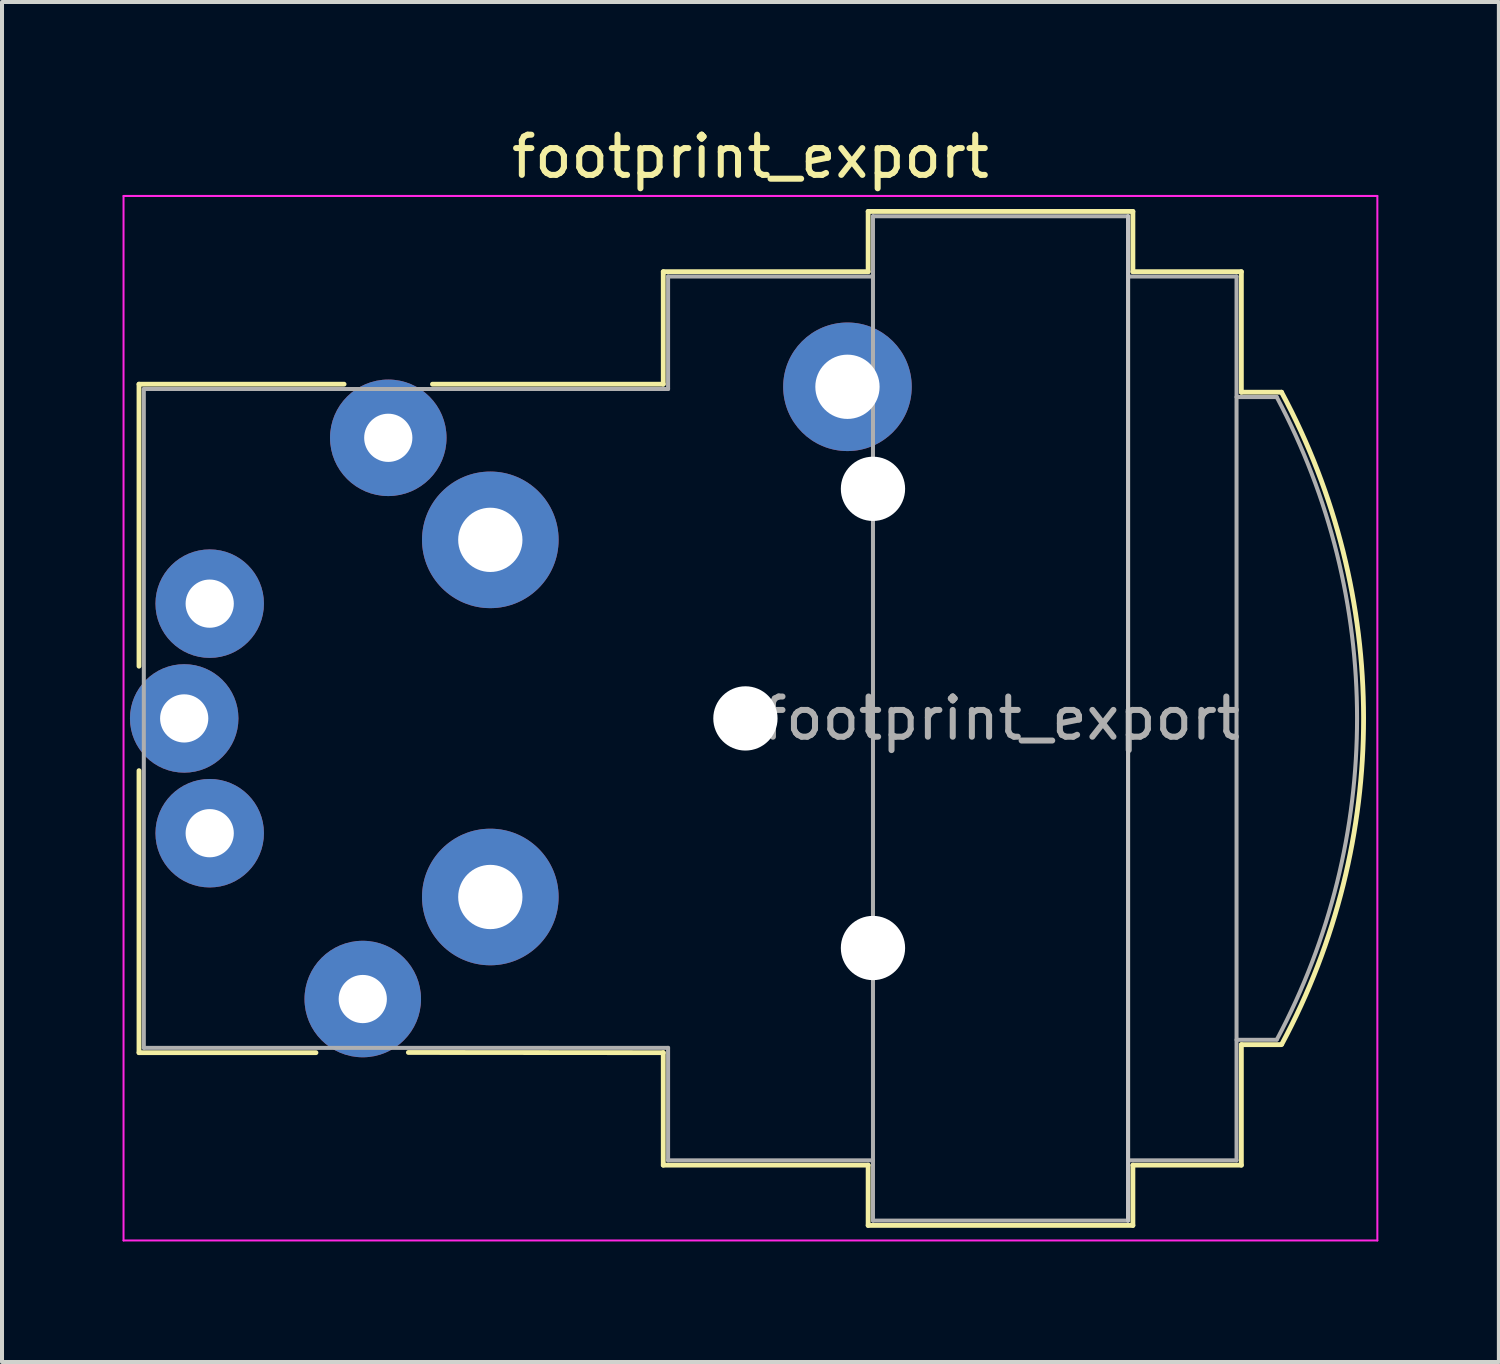
<source format=kicad_pcb>
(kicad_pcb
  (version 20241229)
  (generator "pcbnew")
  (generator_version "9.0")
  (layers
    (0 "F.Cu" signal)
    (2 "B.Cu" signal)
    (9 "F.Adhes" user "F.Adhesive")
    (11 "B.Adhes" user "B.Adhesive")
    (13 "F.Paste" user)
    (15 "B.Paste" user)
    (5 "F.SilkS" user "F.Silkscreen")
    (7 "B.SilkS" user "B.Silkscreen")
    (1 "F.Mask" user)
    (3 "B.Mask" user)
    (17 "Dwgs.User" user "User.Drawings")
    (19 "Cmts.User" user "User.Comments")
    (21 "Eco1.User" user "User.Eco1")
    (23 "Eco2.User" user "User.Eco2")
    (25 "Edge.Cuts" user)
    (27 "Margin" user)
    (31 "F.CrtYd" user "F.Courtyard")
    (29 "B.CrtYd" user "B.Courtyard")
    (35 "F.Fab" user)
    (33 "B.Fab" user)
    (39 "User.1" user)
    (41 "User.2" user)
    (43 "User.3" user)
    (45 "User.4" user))
  (footprint "footprint_export"
    (layer "F.Cu")
    (at 6.615 7.848)
    (property "Reference" "footprint_export" (at 9.015 -7 0) (layer "F.SilkS") (effects (font (size 1 1) (thickness 0.15))))
    (attr through_hole)
    (fp_line (start -6.205 -1.335) (end -6.205 5.685) (stroke (width 0.12) (type solid)) (layer "F.SilkS"))
    (fp_line (start -6.205 8.285) (end -6.205 15.305) (stroke (width 0.12) (type solid)) (layer "F.SilkS"))
    (fp_line (start -1.8 15.305) (end -6.205 15.305) (stroke (width 0.12) (type solid)) (layer "F.SilkS"))
    (fp_line (start -1.1 -1.335) (end -6.205 -1.335) (stroke (width 0.12) (type solid)) (layer "F.SilkS"))
    (fp_line (start 6.845 -4.135) (end 6.845 -1.335) (stroke (width 0.12) (type solid)) (layer "F.SilkS"))
    (fp_line (start 6.845 -1.335) (end 1.1 -1.335) (stroke (width 0.12) (type solid)) (layer "F.SilkS"))
    (fp_line (start 6.845 15.305) (end 0.5 15.3) (stroke (width 0.12) (type solid)) (layer "F.SilkS"))
    (fp_line (start 6.845 18.105) (end 6.845 15.305) (stroke (width 0.12) (type solid)) (layer "F.SilkS"))
    (fp_line (start 11.945 -4.135) (end 6.845 -4.135) (stroke (width 0.12) (type solid)) (layer "F.SilkS"))
    (fp_line (start 11.945 -4.135) (end 11.945 -5.635) (stroke (width 0.12) (type solid)) (layer "F.SilkS"))
    (fp_line (start 11.945 18.105) (end 6.845 18.105) (stroke (width 0.12) (type solid)) (layer "F.SilkS"))
    (fp_line (start 11.945 19.605) (end 11.945 18.105) (stroke (width 0.12) (type solid)) (layer "F.SilkS"))
    (fp_line (start 18.535 -5.635) (end 11.945 -5.635) (stroke (width 0.12) (type solid)) (layer "F.SilkS"))
    (fp_line (start 18.535 -5.635) (end 18.535 -4.135) (stroke (width 0.12) (type solid)) (layer "F.SilkS"))
    (fp_line (start 18.535 -4.135) (end 21.235 -4.135) (stroke (width 0.12) (type solid)) (layer "F.SilkS"))
    (fp_line (start 18.535 18.105) (end 18.535 19.605) (stroke (width 0.12) (type solid)) (layer "F.SilkS"))
    (fp_line (start 18.535 18.105) (end 21.235 18.105) (stroke (width 0.12) (type solid)) (layer "F.SilkS"))
    (fp_line (start 18.535 19.605) (end 11.945 19.605) (stroke (width 0.12) (type solid)) (layer "F.SilkS"))
    (fp_line (start 21.235 -4.135) (end 21.235 -1.135) (stroke (width 0.12) (type solid)) (layer "F.SilkS"))
    (fp_line (start 21.235 -1.135) (end 22.235 -1.135) (stroke (width 0.12) (type solid)) (layer "F.SilkS"))
    (fp_line (start 21.235 15.105) (end 21.235 18.105) (stroke (width 0.12) (type solid)) (layer "F.SilkS"))
    (fp_line (start 21.235 15.105) (end 22.235 15.105) (stroke (width 0.12) (type solid)) (layer "F.SilkS"))
    (fp_arc (start 22.235 -1.135) (mid 24.27742 6.973784) (end 22.245601 15.08523) (stroke (width 0.12) (type solid)) (layer "F.SilkS"))
    (fp_line (start 18.415 -5.515) (end 18.415 19.485) (stroke (width 0.1) (type solid)) (layer "Dwgs.User"))
    (fp_line (start -6.59 -6.02) (end -6.59 19.98) (stroke (width 0.05) (type solid)) (layer "F.CrtYd"))
    (fp_line (start 24.62 -6.02) (end -6.59 -6.02) (stroke (width 0.05) (type solid)) (layer "F.CrtYd"))
    (fp_line (start 24.62 -6.02) (end 24.62 19.98) (stroke (width 0.05) (type solid)) (layer "F.CrtYd"))
    (fp_line (start 24.62 19.98) (end -6.59 19.98) (stroke (width 0.05) (type solid)) (layer "F.CrtYd"))
    (fp_line (start -6.085 -1.215) (end -6.085 15.185) (stroke (width 0.1) (type solid)) (layer "F.Fab"))
    (fp_line (start -6.085 15.185) (end 6.965 15.185) (stroke (width 0.1) (type solid)) (layer "F.Fab"))
    (fp_line (start 6.965 -4.015) (end 6.965 -1.215) (stroke (width 0.1) (type solid)) (layer "F.Fab"))
    (fp_line (start 6.965 -1.215) (end -6.085 -1.215) (stroke (width 0.1) (type solid)) (layer "F.Fab"))
    (fp_line (start 6.965 15.185) (end 6.965 17.985) (stroke (width 0.1) (type solid)) (layer "F.Fab"))
    (fp_line (start 6.965 17.985) (end 12.065 17.985) (stroke (width 0.1) (type solid)) (layer "F.Fab"))
    (fp_line (start 12.065 -5.515) (end 18.415 -5.515) (stroke (width 0.1) (type solid)) (layer "F.Fab"))
    (fp_line (start 12.065 -4.015) (end 6.965 -4.015) (stroke (width 0.1) (type solid)) (layer "F.Fab"))
    (fp_line (start 12.065 19.485) (end 12.065 -5.515) (stroke (width 0.1) (type solid)) (layer "F.Fab"))
    (fp_line (start 18.415 -5.515) (end 18.415 19.485) (stroke (width 0.1) (type solid)) (layer "F.Fab"))
    (fp_line (start 18.415 -4.015) (end 21.115 -4.015) (stroke (width 0.1) (type solid)) (layer "F.Fab"))
    (fp_line (start 18.415 19.485) (end 12.065 19.485) (stroke (width 0.1) (type solid)) (layer "F.Fab"))
    (fp_line (start 21.115 -4.015) (end 21.115 17.985) (stroke (width 0.1) (type solid)) (layer "F.Fab"))
    (fp_line (start 21.115 -1.015) (end 22.115 -1.015) (stroke (width 0.1) (type solid)) (layer "F.Fab"))
    (fp_line (start 21.115 14.985) (end 22.115 14.985) (stroke (width 0.1) (type solid)) (layer "F.Fab"))
    (fp_line (start 21.115 17.985) (end 18.415 17.985) (stroke (width 0.1) (type solid)) (layer "F.Fab"))
    (fp_arc (start 22.115 -1.015) (mid 24.114999 6.978328) (end 22.121275 14.973223) (stroke (width 0.1) (type solid)) (layer "F.Fab"))
    (fp_text user "${REFERENCE}" (at 15.265 6.985 0) (layer "F.Fab") (effects (font (size 1 1) (thickness 0.15))))
    (pad "" np_thru_hole circle (at 8.89 6.985) (size 1.6 1.6) (drill 1.6) (layers "*.Cu" "*.Mask"))
    (pad "" np_thru_hole circle (at 12.065 1.27) (size 1.6 1.6) (drill 1.6) (layers "*.Cu" "*.Mask"))
    (pad "" np_thru_hole circle (at 12.065 12.7) (size 1.6 1.6) (drill 1.6) (layers "*.Cu" "*.Mask"))
    (pad "1" thru_hole circle (at 0 0) (size 2.9 2.9) (drill 1.2) (layers "*.Cu" "*.Mask"))
    (pad "2" thru_hole circle (at -0.635 13.97) (size 2.9 2.9) (drill 1.2) (layers "*.Cu" "*.Mask"))
    (pad "3" thru_hole circle (at -5.08 6.985) (size 2.7 2.7) (drill 1.2) (layers "*.Cu" "*.Mask"))
    (pad "G" thru_hole circle (at 11.43 -1.27) (size 3.2 3.2) (drill 1.6) (layers "*.Cu" "*.Mask"))
    (pad "R" thru_hole circle (at -4.445 9.842) (size 2.7 2.7) (drill 1.2) (layers "*.Cu" "*.Mask"))
    (pad "S" thru_hole circle (at -4.445 4.128) (size 2.7 2.7) (drill 1.2) (layers "*.Cu" "*.Mask"))
    (pad "T" thru_hole circle (at 2.54 2.54) (size 3.4 3.4) (drill 1.6) (layers "*.Cu" "*.Mask"))
    (pad "T" thru_hole circle (at 2.54 11.43) (size 3.4 3.4) (drill 1.6) (layers "*.Cu" "*.Mask")))
  (gr_rect
    (start -3 -3)
    (end 34.26 30.853)
    (stroke (width 0.1) (type default))
    (fill no)
    (layer "Edge.Cuts")))
</source>
